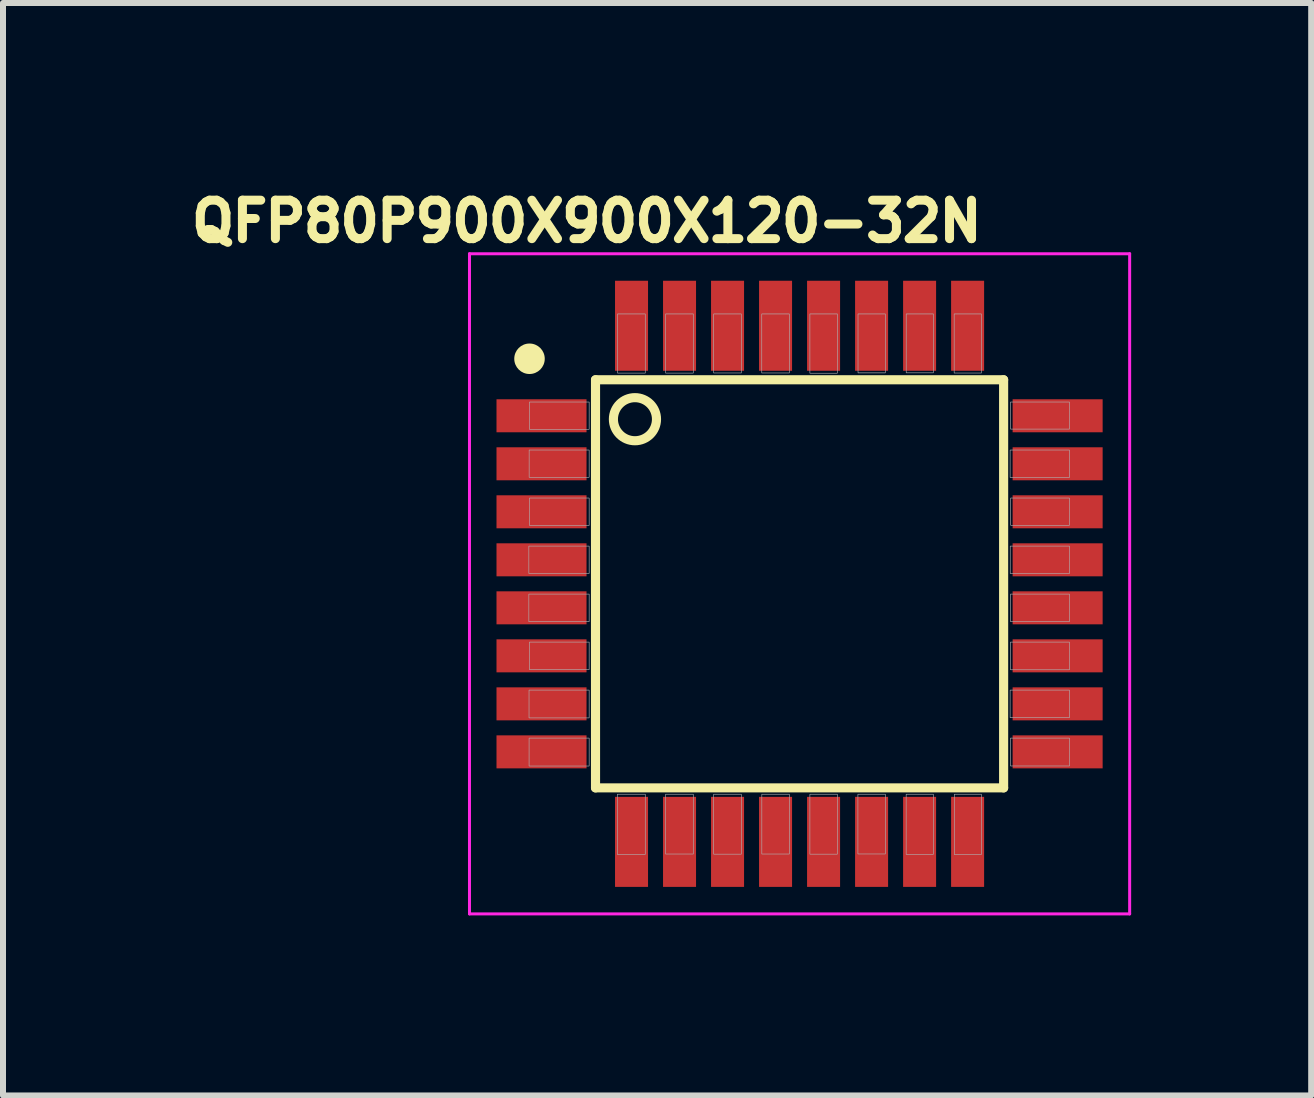
<source format=kicad_pcb>
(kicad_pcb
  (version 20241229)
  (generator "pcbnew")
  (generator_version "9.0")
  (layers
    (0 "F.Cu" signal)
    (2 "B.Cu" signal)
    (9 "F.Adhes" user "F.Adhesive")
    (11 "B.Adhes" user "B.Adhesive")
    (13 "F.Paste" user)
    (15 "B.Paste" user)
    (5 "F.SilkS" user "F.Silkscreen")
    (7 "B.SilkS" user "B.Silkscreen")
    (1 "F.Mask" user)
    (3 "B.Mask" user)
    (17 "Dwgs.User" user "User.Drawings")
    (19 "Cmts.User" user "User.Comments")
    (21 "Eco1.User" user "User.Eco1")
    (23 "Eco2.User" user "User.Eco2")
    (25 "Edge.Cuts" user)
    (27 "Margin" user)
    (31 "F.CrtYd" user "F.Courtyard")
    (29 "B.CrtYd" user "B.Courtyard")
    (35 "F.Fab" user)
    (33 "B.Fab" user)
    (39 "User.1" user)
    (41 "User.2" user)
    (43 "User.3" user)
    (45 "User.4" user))
  (footprint "QFP80P900X900X120-32N"
    (layer "F.Cu")
    (at 10.273 6.678)
    (property "Reference" "QFP80P900X900X120-32N" (at -3.545 -6.04 0) (layer "F.SilkS") (effects (font (size 0.641 0.641) (thickness 0.15))))
    (attr smd)
    (fp_line (start -3.4 -3.4) (end 3.4 -3.4) (stroke (width 0.152) (type solid)) (layer "F.SilkS"))
    (fp_line (start -3.4 3.4) (end -3.4 -3.4) (stroke (width 0.152) (type solid)) (layer "F.SilkS"))
    (fp_line (start 3.4 -3.4) (end 3.4 3.4) (stroke (width 0.152) (type solid)) (layer "F.SilkS"))
    (fp_line (start 3.4 3.4) (end -3.4 3.4) (stroke (width 0.152) (type solid)) (layer "F.SilkS"))
    (fp_circle (center -4.5 -3.75) (end -4.246 -3.75) (stroke (width 0) (type solid)) (fill yes) (layer "F.SilkS"))
    (fp_circle (center -2.743 -2.743) (end -2.384 -2.743) (stroke (width 0.152) (type solid)) (fill no) (layer "F.SilkS"))
    (fp_line (start -5.5 -5.5) (end -5.5 5.5) (stroke (width 0.05) (type solid)) (layer "F.CrtYd"))
    (fp_line (start -5.5 5.5) (end 5.5 5.5) (stroke (width 0.05) (type solid)) (layer "F.CrtYd"))
    (fp_line (start 5.5 -5.5) (end -5.5 -5.5) (stroke (width 0.05) (type solid)) (layer "F.CrtYd"))
    (fp_line (start 5.5 5.5) (end 5.5 -5.5) (stroke (width 0.05) (type solid)) (layer "F.CrtYd"))
    (fp_poly (pts (xy -4.511 0.171) (xy -3.506 0.171) (xy -3.506 0.631) (xy -4.511 0.631)) (stroke (width 0.01) (type solid)) (fill no) (layer "F.Fab"))
    (fp_poly (pts (xy -4.511 -0.629) (xy -3.506 -0.629) (xy -3.506 -0.172) (xy -4.511 -0.172)) (stroke (width 0.01) (type solid)) (fill no) (layer "F.Fab"))
    (fp_poly (pts (xy -4.508 1.771) (xy -3.506 1.771) (xy -3.506 2.234) (xy -4.508 2.234)) (stroke (width 0.01) (type solid)) (fill no) (layer "F.Fab"))
    (fp_poly (pts (xy -4.507 2.571) (xy -3.506 2.571) (xy -3.506 3.036) (xy -4.507 3.036)) (stroke (width 0.01) (type solid)) (fill no) (layer "F.Fab"))
    (fp_poly (pts (xy -4.506 -2.229) (xy -3.506 -2.229) (xy -3.506 -1.775) (xy -4.506 -1.775)) (stroke (width 0.01) (type solid)) (fill no) (layer "F.Fab"))
    (fp_poly (pts (xy -4.501 -3.029) (xy -3.506 -3.029) (xy -3.506 -2.574) (xy -4.501 -2.574)) (stroke (width 0.01) (type solid)) (fill no) (layer "F.Fab"))
    (fp_poly (pts (xy -4.501 0.971) (xy -3.506 0.971) (xy -3.506 1.43) (xy -4.501 1.43)) (stroke (width 0.01) (type solid)) (fill no) (layer "F.Fab"))
    (fp_poly (pts (xy -4.5 -1.429) (xy -3.506 -1.429) (xy -3.506 -0.972) (xy -4.5 -0.972)) (stroke (width 0.01) (type solid)) (fill no) (layer "F.Fab"))
    (fp_poly (pts (xy -3.037 3.506) (xy -2.571 3.506) (xy -2.571 4.509) (xy -3.037 4.509)) (stroke (width 0.01) (type solid)) (fill no) (layer "F.Fab"))
    (fp_poly (pts (xy -3.033 -4.497) (xy -2.571 -4.497) (xy -2.571 -3.511) (xy -3.033 -3.511)) (stroke (width 0.01) (type solid)) (fill no) (layer "F.Fab"))
    (fp_poly (pts (xy -2.232 3.506) (xy -1.771 3.506) (xy -1.771 4.503) (xy -2.232 4.503)) (stroke (width 0.01) (type solid)) (fill no) (layer "F.Fab"))
    (fp_poly (pts (xy -2.232 -4.497) (xy -1.771 -4.497) (xy -1.771 -3.511) (xy -2.232 -3.511)) (stroke (width 0.01) (type solid)) (fill no) (layer "F.Fab"))
    (fp_poly (pts (xy -1.431 3.506) (xy -0.971 3.506) (xy -0.971 4.505) (xy -1.431 4.505)) (stroke (width 0.01) (type solid)) (fill no) (layer "F.Fab"))
    (fp_poly (pts (xy -1.431 -4.497) (xy -0.971 -4.497) (xy -0.971 -3.513) (xy -1.431 -3.513)) (stroke (width 0.01) (type solid)) (fill no) (layer "F.Fab"))
    (fp_poly (pts (xy -0.63 -4.497) (xy -0.171 -4.497) (xy -0.171 -3.513) (xy -0.63 -3.513)) (stroke (width 0.01) (type solid)) (fill no) (layer "F.Fab"))
    (fp_poly (pts (xy -0.629 3.506) (xy -0.171 3.506) (xy -0.171 4.503) (xy -0.629 4.503)) (stroke (width 0.01) (type solid)) (fill no) (layer "F.Fab"))
    (fp_poly (pts (xy 0.172 -4.497) (xy 0.629 -4.497) (xy 0.629 -3.509) (xy 0.172 -3.509)) (stroke (width 0.01) (type solid)) (fill no) (layer "F.Fab"))
    (fp_poly (pts (xy 0.172 3.506) (xy 0.629 3.506) (xy 0.629 4.505) (xy 0.172 4.505)) (stroke (width 0.01) (type solid)) (fill no) (layer "F.Fab"))
    (fp_poly (pts (xy 0.972 3.506) (xy 1.429 3.506) (xy 1.429 4.501) (xy 0.972 4.501)) (stroke (width 0.01) (type solid)) (fill no) (layer "F.Fab"))
    (fp_poly (pts (xy 0.974 -4.497) (xy 1.429 -4.497) (xy 1.429 -3.515) (xy 0.974 -3.515)) (stroke (width 0.01) (type solid)) (fill no) (layer "F.Fab"))
    (fp_poly (pts (xy 1.776 3.506) (xy 2.229 3.506) (xy 2.229 4.508) (xy 1.776 4.508)) (stroke (width 0.01) (type solid)) (fill no) (layer "F.Fab"))
    (fp_poly (pts (xy 1.777 -4.497) (xy 2.229 -4.497) (xy 2.229 -3.516) (xy 1.777 -3.516)) (stroke (width 0.01) (type solid)) (fill no) (layer "F.Fab"))
    (fp_poly (pts (xy 2.576 -4.497) (xy 3.029 -4.497) (xy 3.029 -3.512) (xy 2.576 -3.512)) (stroke (width 0.01) (type solid)) (fill no) (layer "F.Fab"))
    (fp_poly (pts (xy 2.579 3.506) (xy 3.029 3.506) (xy 3.029 4.511) (xy 2.579 4.511)) (stroke (width 0.01) (type solid)) (fill no) (layer "F.Fab"))
    (fp_poly (pts (xy 3.508 -2.229) (xy 4.497 -2.229) (xy 4.497 -1.772) (xy 3.508 -1.772)) (stroke (width 0.01) (type solid)) (fill no) (layer "F.Fab"))
    (fp_poly (pts (xy 3.508 1.771) (xy 4.497 1.771) (xy 4.497 2.23) (xy 3.508 2.23)) (stroke (width 0.01) (type solid)) (fill no) (layer "F.Fab"))
    (fp_poly (pts (xy 3.51 -0.629) (xy 4.497 -0.629) (xy 4.497 -0.172) (xy 3.51 -0.172)) (stroke (width 0.01) (type solid)) (fill no) (layer "F.Fab"))
    (fp_poly (pts (xy 3.514 2.571) (xy 4.497 2.571) (xy 4.497 3.035) (xy 3.514 3.035)) (stroke (width 0.01) (type solid)) (fill no) (layer "F.Fab"))
    (fp_poly (pts (xy 3.514 0.971) (xy 4.497 0.971) (xy 4.497 1.432) (xy 3.514 1.432)) (stroke (width 0.01) (type solid)) (fill no) (layer "F.Fab"))
    (fp_poly (pts (xy 3.515 -3.029) (xy 4.497 -3.029) (xy 4.497 -2.578) (xy 3.515 -2.578)) (stroke (width 0.01) (type solid)) (fill no) (layer "F.Fab"))
    (fp_poly (pts (xy 3.515 0.171) (xy 4.497 0.171) (xy 4.497 0.63) (xy 3.515 0.63)) (stroke (width 0.01) (type solid)) (fill no) (layer "F.Fab"))
    (fp_poly (pts (xy 3.517 -1.429) (xy 4.497 -1.429) (xy 4.497 -0.975) (xy 3.517 -0.975)) (stroke (width 0.01) (type solid)) (fill no) (layer "F.Fab"))
    (pad "1" smd rect (at -4.3 -2.8) (size 1.5 0.55) (layers "F.Cu" "F.Mask" "F.Paste"))
    (pad "2" smd rect (at -4.3 -2) (size 1.5 0.55) (layers "F.Cu" "F.Mask" "F.Paste"))
    (pad "3" smd rect (at -4.3 -1.2) (size 1.5 0.55) (layers "F.Cu" "F.Mask" "F.Paste"))
    (pad "4" smd rect (at -4.3 -0.4) (size 1.5 0.55) (layers "F.Cu" "F.Mask" "F.Paste"))
    (pad "5" smd rect (at -4.3 0.4) (size 1.5 0.55) (layers "F.Cu" "F.Mask" "F.Paste"))
    (pad "6" smd rect (at -4.3 1.2) (size 1.5 0.55) (layers "F.Cu" "F.Mask" "F.Paste"))
    (pad "7" smd rect (at -4.3 2) (size 1.5 0.55) (layers "F.Cu" "F.Mask" "F.Paste"))
    (pad "8" smd rect (at -4.3 2.8) (size 1.5 0.55) (layers "F.Cu" "F.Mask" "F.Paste"))
    (pad "9" smd rect (at -2.8 4.3) (size 0.55 1.5) (layers "F.Cu" "F.Mask" "F.Paste"))
    (pad "10" smd rect (at -2 4.3) (size 0.55 1.5) (layers "F.Cu" "F.Mask" "F.Paste"))
    (pad "11" smd rect (at -1.2 4.3) (size 0.55 1.5) (layers "F.Cu" "F.Mask" "F.Paste"))
    (pad "12" smd rect (at -0.4 4.3) (size 0.55 1.5) (layers "F.Cu" "F.Mask" "F.Paste"))
    (pad "13" smd rect (at 0.4 4.3) (size 0.55 1.5) (layers "F.Cu" "F.Mask" "F.Paste"))
    (pad "14" smd rect (at 1.2 4.3) (size 0.55 1.5) (layers "F.Cu" "F.Mask" "F.Paste"))
    (pad "15" smd rect (at 2 4.3) (size 0.55 1.5) (layers "F.Cu" "F.Mask" "F.Paste"))
    (pad "16" smd rect (at 2.8 4.3) (size 0.55 1.5) (layers "F.Cu" "F.Mask" "F.Paste"))
    (pad "17" smd rect (at 4.3 2.8) (size 1.5 0.55) (layers "F.Cu" "F.Mask" "F.Paste"))
    (pad "18" smd rect (at 4.3 2) (size 1.5 0.55) (layers "F.Cu" "F.Mask" "F.Paste"))
    (pad "19" smd rect (at 4.3 1.2) (size 1.5 0.55) (layers "F.Cu" "F.Mask" "F.Paste"))
    (pad "20" smd rect (at 4.3 0.4) (size 1.5 0.55) (layers "F.Cu" "F.Mask" "F.Paste"))
    (pad "21" smd rect (at 4.3 -0.4) (size 1.5 0.55) (layers "F.Cu" "F.Mask" "F.Paste"))
    (pad "22" smd rect (at 4.3 -1.2) (size 1.5 0.55) (layers "F.Cu" "F.Mask" "F.Paste"))
    (pad "23" smd rect (at 4.3 -2) (size 1.5 0.55) (layers "F.Cu" "F.Mask" "F.Paste"))
    (pad "24" smd rect (at 4.3 -2.8) (size 1.5 0.55) (layers "F.Cu" "F.Mask" "F.Paste"))
    (pad "25" smd rect (at 2.8 -4.3) (size 0.55 1.5) (layers "F.Cu" "F.Mask" "F.Paste"))
    (pad "26" smd rect (at 2 -4.3) (size 0.55 1.5) (layers "F.Cu" "F.Mask" "F.Paste"))
    (pad "27" smd rect (at 1.2 -4.3) (size 0.55 1.5) (layers "F.Cu" "F.Mask" "F.Paste"))
    (pad "28" smd rect (at 0.4 -4.3) (size 0.55 1.5) (layers "F.Cu" "F.Mask" "F.Paste"))
    (pad "29" smd rect (at -0.4 -4.3) (size 0.55 1.5) (layers "F.Cu" "F.Mask" "F.Paste"))
    (pad "30" smd rect (at -1.2 -4.3) (size 0.55 1.5) (layers "F.Cu" "F.Mask" "F.Paste"))
    (pad "31" smd rect (at -2 -4.3) (size 0.55 1.5) (layers "F.Cu" "F.Mask" "F.Paste"))
    (pad "32" smd rect (at -2.8 -4.3) (size 0.55 1.5) (layers "F.Cu" "F.Mask" "F.Paste")))
  (gr_rect
    (start -3 -3)
    (end 18.798 15.203)
    (stroke (width 0.1) (type default))
    (fill no)
    (layer "Edge.Cuts")))
</source>
